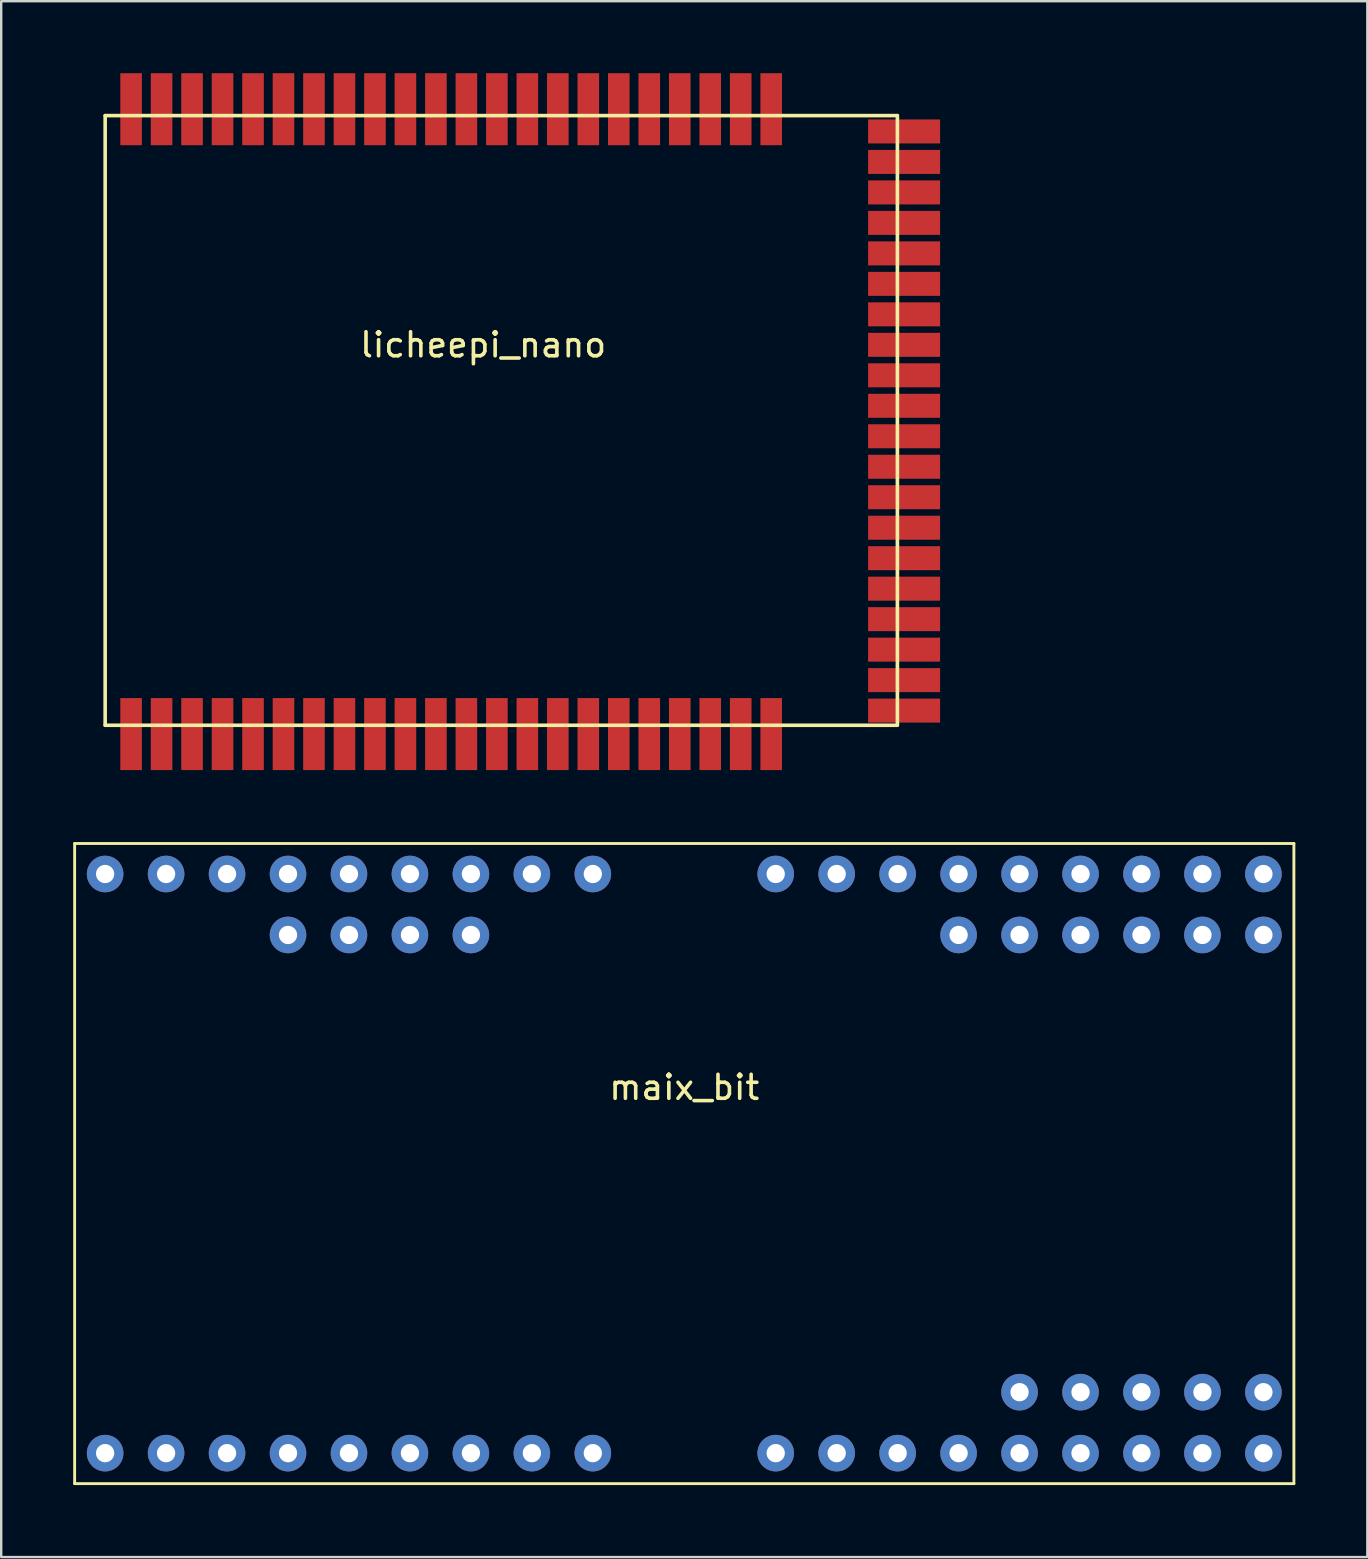
<source format=kicad_pcb>
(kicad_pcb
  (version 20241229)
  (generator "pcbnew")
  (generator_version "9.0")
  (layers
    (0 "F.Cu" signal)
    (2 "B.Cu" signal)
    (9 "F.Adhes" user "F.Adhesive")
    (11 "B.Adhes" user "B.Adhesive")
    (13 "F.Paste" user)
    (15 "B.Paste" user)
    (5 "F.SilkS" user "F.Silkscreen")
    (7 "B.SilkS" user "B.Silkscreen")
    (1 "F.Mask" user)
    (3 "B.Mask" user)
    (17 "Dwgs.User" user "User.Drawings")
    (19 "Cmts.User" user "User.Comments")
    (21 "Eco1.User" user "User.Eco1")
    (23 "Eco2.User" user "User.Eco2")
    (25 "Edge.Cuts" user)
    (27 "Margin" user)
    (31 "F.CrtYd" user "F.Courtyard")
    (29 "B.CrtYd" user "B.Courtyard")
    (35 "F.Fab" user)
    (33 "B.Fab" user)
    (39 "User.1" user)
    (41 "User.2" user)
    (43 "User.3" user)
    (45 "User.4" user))
  (footprint "licheepi_nano"
    (layer "F.Cu")
    (at 17.855 13.73)
    (property "Reference" "licheepi_nano" (at -0.775 -2.413 0) (layer "F.SilkS") (effects (font (size 1 1) (thickness 0.15))))
    (attr through_hole)
    (fp_line (start -17.78 -10.16) (end 13.97 -10.16) (stroke (width 0.15) (type solid)) (layer "B.Mask"))
    (fp_line (start -17.78 11.43) (end -17.78 -10.16) (stroke (width 0.15) (type solid)) (layer "B.Mask"))
    (fp_line (start 13.97 -10.16) (end 13.97 11.43) (stroke (width 0.15) (type solid)) (layer "B.Mask"))
    (fp_line (start 13.97 11.43) (end -17.78 11.43) (stroke (width 0.15) (type solid)) (layer "B.Mask"))
    (fp_line (start -16.523 -11.963) (end -16.523 13.437) (stroke (width 0.15) (type solid)) (layer "F.SilkS"))
    (fp_line (start -16.523 -11.963) (end 16.477 -11.963) (stroke (width 0.15) (type solid)) (layer "F.SilkS"))
    (fp_line (start -16.523 13.437) (end 16.477 13.437) (stroke (width 0.15) (type solid)) (layer "F.SilkS"))
    (fp_line (start 16.485 -11.963) (end 16.485 13.437) (stroke (width 0.15) (type solid)) (layer "F.SilkS"))
    (pad "1" smd rect (at -15.443 13.805) (size 0.9 3) (layers "F.Cu" "F.Mask" "F.Paste"))
    (pad "2" smd rect (at -14.173 13.805) (size 0.9 3) (layers "F.Cu" "F.Mask" "F.Paste"))
    (pad "3" smd rect (at -12.903 13.805) (size 0.9 3) (layers "F.Cu" "F.Mask" "F.Paste"))
    (pad "4" smd rect (at -11.633 13.805) (size 0.9 3) (layers "F.Cu" "F.Mask" "F.Paste"))
    (pad "5" smd rect (at -10.363 13.805) (size 0.9 3) (layers "F.Cu" "F.Mask" "F.Paste"))
    (pad "6" smd rect (at -9.093 13.805) (size 0.9 3) (layers "F.Cu" "F.Mask" "F.Paste"))
    (pad "7" smd rect (at -7.823 13.805) (size 0.9 3) (layers "F.Cu" "F.Mask" "F.Paste"))
    (pad "8" smd rect (at -6.553 13.805) (size 0.9 3) (layers "F.Cu" "F.Mask" "F.Paste"))
    (pad "9" smd rect (at -5.283 13.805) (size 0.9 3) (layers "F.Cu" "F.Mask" "F.Paste"))
    (pad "10" smd rect (at -4.013 13.805) (size 0.9 3) (layers "F.Cu" "F.Mask" "F.Paste"))
    (pad "11" smd rect (at -2.743 13.805) (size 0.9 3) (layers "F.Cu" "F.Mask" "F.Paste"))
    (pad "12" smd rect (at -1.473 13.805) (size 0.9 3) (layers "F.Cu" "F.Mask" "F.Paste"))
    (pad "13" smd rect (at -0.203 13.805) (size 0.9 3) (layers "F.Cu" "F.Mask" "F.Paste"))
    (pad "14" smd rect (at 1.067 13.805) (size 0.9 3) (layers "F.Cu" "F.Mask" "F.Paste"))
    (pad "15" smd rect (at 2.337 13.805) (size 0.9 3) (layers "F.Cu" "F.Mask" "F.Paste"))
    (pad "16" smd rect (at 3.607 13.805) (size 0.9 3) (layers "F.Cu" "F.Mask" "F.Paste"))
    (pad "17" smd rect (at 4.877 13.805) (size 0.9 3) (layers "F.Cu" "F.Mask" "F.Paste"))
    (pad "18" smd rect (at 6.147 13.805) (size 0.9 3) (layers "F.Cu" "F.Mask" "F.Paste"))
    (pad "19" smd rect (at 7.417 13.805) (size 0.9 3) (layers "F.Cu" "F.Mask" "F.Paste"))
    (pad "20" smd rect (at 8.687 13.805) (size 0.9 3) (layers "F.Cu" "F.Mask" "F.Paste"))
    (pad "21" smd rect (at 9.957 13.805) (size 0.9 3) (layers "F.Cu" "F.Mask" "F.Paste"))
    (pad "22" smd rect (at 11.227 13.805) (size 0.9 3) (layers "F.Cu" "F.Mask" "F.Paste"))
    (pad "23" smd rect (at 16.764 12.827) (size 3 1) (layers "F.Cu" "F.Mask" "F.Paste"))
    (pad "24" smd rect (at 16.764 11.557) (size 3 1) (layers "F.Cu" "F.Mask" "F.Paste"))
    (pad "25" smd rect (at 16.764 10.287) (size 3 1) (layers "F.Cu" "F.Mask" "F.Paste"))
    (pad "26" smd rect (at 16.764 9.017) (size 3 1) (layers "F.Cu" "F.Mask" "F.Paste"))
    (pad "27" smd rect (at 16.764 7.747) (size 3 1) (layers "F.Cu" "F.Mask" "F.Paste"))
    (pad "28" smd rect (at 16.764 6.477) (size 3 1) (layers "F.Cu" "F.Mask" "F.Paste"))
    (pad "29" smd rect (at 16.764 5.207) (size 3 1) (layers "F.Cu" "F.Mask" "F.Paste"))
    (pad "30" smd rect (at 16.764 3.937) (size 3 1) (layers "F.Cu" "F.Mask" "F.Paste"))
    (pad "31" smd rect (at 16.764 2.667) (size 3 1) (layers "F.Cu" "F.Mask" "F.Paste"))
    (pad "32" smd rect (at 16.764 1.397) (size 3 1) (layers "F.Cu" "F.Mask" "F.Paste"))
    (pad "33" smd rect (at 16.764 0.127) (size 3 1) (layers "F.Cu" "F.Mask" "F.Paste"))
    (pad "34" smd rect (at 16.764 -1.143) (size 3 1) (layers "F.Cu" "F.Mask" "F.Paste"))
    (pad "35" smd rect (at 16.764 -2.413) (size 3 1) (layers "F.Cu" "F.Mask" "F.Paste"))
    (pad "36" smd rect (at 16.764 -3.683) (size 3 1) (layers "F.Cu" "F.Mask" "F.Paste"))
    (pad "37" smd rect (at 16.764 -4.953) (size 3 1) (layers "F.Cu" "F.Mask" "F.Paste"))
    (pad "38" smd rect (at 16.764 -6.223) (size 3 1) (layers "F.Cu" "F.Mask" "F.Paste"))
    (pad "39" smd rect (at 16.764 -7.493) (size 3 1) (layers "F.Cu" "F.Mask" "F.Paste"))
    (pad "40" smd rect (at 16.764 -8.763) (size 3 1) (layers "F.Cu" "F.Mask" "F.Paste"))
    (pad "41" smd rect (at 16.764 -10.033) (size 3 1) (layers "F.Cu" "F.Mask" "F.Paste"))
    (pad "42" smd rect (at 16.764 -11.303) (size 3 1) (layers "F.Cu" "F.Mask" "F.Paste"))
    (pad "43" smd rect (at 11.227 -12.23) (size 0.9 3) (layers "F.Cu" "F.Mask" "F.Paste"))
    (pad "44" smd rect (at 9.957 -12.23) (size 0.9 3) (layers "F.Cu" "F.Mask" "F.Paste"))
    (pad "45" smd rect (at 8.687 -12.23) (size 0.9 3) (layers "F.Cu" "F.Mask" "F.Paste"))
    (pad "46" smd rect (at 7.417 -12.23) (size 0.9 3) (layers "F.Cu" "F.Mask" "F.Paste"))
    (pad "47" smd rect (at 6.147 -12.23) (size 0.9 3) (layers "F.Cu" "F.Mask" "F.Paste"))
    (pad "48" smd rect (at 4.877 -12.23) (size 0.9 3) (layers "F.Cu" "F.Mask" "F.Paste"))
    (pad "49" smd rect (at 3.607 -12.23) (size 0.9 3) (layers "F.Cu" "F.Mask" "F.Paste"))
    (pad "50" smd rect (at 2.337 -12.23) (size 0.9 3) (layers "F.Cu" "F.Mask" "F.Paste"))
    (pad "51" smd rect (at 1.067 -12.23) (size 0.9 3) (layers "F.Cu" "F.Mask" "F.Paste"))
    (pad "52" smd rect (at -0.203 -12.23) (size 0.9 3) (layers "F.Cu" "F.Mask" "F.Paste"))
    (pad "53" smd rect (at -1.473 -12.23) (size 0.9 3) (layers "F.Cu" "F.Mask" "F.Paste"))
    (pad "54" smd rect (at -2.743 -12.23) (size 0.9 3) (layers "F.Cu" "F.Mask" "F.Paste"))
    (pad "55" smd rect (at -4.013 -12.23) (size 0.9 3) (layers "F.Cu" "F.Mask" "F.Paste"))
    (pad "56" smd rect (at -5.283 -12.23) (size 0.9 3) (layers "F.Cu" "F.Mask" "F.Paste"))
    (pad "57" smd rect (at -6.553 -12.23) (size 0.9 3) (layers "F.Cu" "F.Mask" "F.Paste"))
    (pad "58" smd rect (at -7.823 -12.23) (size 0.9 3) (layers "F.Cu" "F.Mask" "F.Paste"))
    (pad "59" smd rect (at -9.093 -12.23) (size 0.9 3) (layers "F.Cu" "F.Mask" "F.Paste"))
    (pad "60" smd rect (at -10.363 -12.23) (size 0.9 3) (layers "F.Cu" "F.Mask" "F.Paste"))
    (pad "61" smd rect (at -11.633 -12.23) (size 0.9 3) (layers "F.Cu" "F.Mask" "F.Paste"))
    (pad "62" smd rect (at -12.903 -12.23) (size 0.9 3) (layers "F.Cu" "F.Mask" "F.Paste"))
    (pad "63" smd rect (at -14.173 -12.23) (size 0.9 3) (layers "F.Cu" "F.Mask" "F.Paste"))
    (pad "64" smd rect (at -15.443 -12.23) (size 0.9 3) (layers "F.Cu" "F.Mask" "F.Paste")))
  (footprint "maix_bit"
    (layer "F.Cu")
    (at 25.46 40.985)
    (property "Reference" "maix_bit" (at 0 1.27 0) (layer "F.SilkS") (effects (font (size 1 1) (thickness 0.15))))
    (attr through_hole)
    (fp_line (start -25.4 -8.89) (end -25.4 17.78) (stroke (width 0.12) (type solid)) (layer "F.SilkS"))
    (fp_line (start -25.4 -8.89) (end 25.4 -8.89) (stroke (width 0.12) (type solid)) (layer "F.SilkS"))
    (fp_line (start -25.4 17.78) (end 25.4 17.78) (stroke (width 0.12) (type solid)) (layer "F.SilkS"))
    (fp_line (start 25.4 17.78) (end 25.4 -8.89) (stroke (width 0.12) (type solid)) (layer "F.SilkS"))
    (pad "0" thru_hole circle (at 24.13 -7.62) (size 1.524 1.524) (drill 0.762) (layers "*.Cu" "*.Mask"))
    (pad "1" thru_hole circle (at 21.59 -7.62) (size 1.524 1.524) (drill 0.762) (layers "*.Cu" "*.Mask"))
    (pad "2" thru_hole circle (at 19.05 -7.62) (size 1.524 1.524) (drill 0.762) (layers "*.Cu" "*.Mask"))
    (pad "3" thru_hole circle (at 16.51 -7.62) (size 1.524 1.524) (drill 0.762) (layers "*.Cu" "*.Mask"))
    (pad "4" thru_hole circle (at 13.97 -7.62) (size 1.524 1.524) (drill 0.762) (layers "*.Cu" "*.Mask"))
    (pad "5" thru_hole circle (at 11.43 -7.62) (size 1.524 1.524) (drill 0.762) (layers "*.Cu" "*.Mask"))
    (pad "6" thru_hole circle (at 8.89 -7.62) (size 1.524 1.524) (drill 0.762) (layers "*.Cu" "*.Mask"))
    (pad "7" thru_hole circle (at 6.35 -7.62) (size 1.524 1.524) (drill 0.762) (layers "*.Cu" "*.Mask"))
    (pad "8" thru_hole circle (at 3.81 -7.62) (size 1.524 1.524) (drill 0.762) (layers "*.Cu" "*.Mask"))
    (pad "9" thru_hole circle (at -3.81 -7.62) (size 1.524 1.524) (drill 0.762) (layers "*.Cu" "*.Mask"))
    (pad "10" thru_hole circle (at -6.35 -7.62) (size 1.524 1.524) (drill 0.762) (layers "*.Cu" "*.Mask"))
    (pad "11" thru_hole circle (at -8.89 -5.08) (size 1.524 1.524) (drill 0.762) (layers "*.Cu" "*.Mask"))
    (pad "12" thru_hole circle (at -11.43 -5.08) (size 1.524 1.524) (drill 0.762) (layers "*.Cu" "*.Mask"))
    (pad "13" thru_hole circle (at -13.97 -5.08) (size 1.524 1.524) (drill 0.762) (layers "*.Cu" "*.Mask"))
    (pad "14" thru_hole circle (at -16.51 -5.08) (size 1.524 1.524) (drill 0.762) (layers "*.Cu" "*.Mask"))
    (pad "15" thru_hole circle (at -8.89 -7.62) (size 1.524 1.524) (drill 0.762) (layers "*.Cu" "*.Mask"))
    (pad "16" thru_hole circle (at -11.43 -7.62) (size 1.524 1.524) (drill 0.762) (layers "*.Cu" "*.Mask"))
    (pad "17" thru_hole circle (at -13.97 -7.62) (size 1.524 1.524) (drill 0.762) (layers "*.Cu" "*.Mask"))
    (pad "18" thru_hole circle (at -16.51 -7.62) (size 1.524 1.524) (drill 0.762) (layers "*.Cu" "*.Mask"))
    (pad "19" thru_hole circle (at -19.05 -7.62) (size 1.524 1.524) (drill 0.762) (layers "*.Cu" "*.Mask"))
    (pad "20" thru_hole circle (at -21.59 -7.62) (size 1.524 1.524) (drill 0.762) (layers "*.Cu" "*.Mask"))
    (pad "21" thru_hole circle (at -24.13 -7.62) (size 1.524 1.524) (drill 0.762) (layers "*.Cu" "*.Mask"))
    (pad "22" thru_hole circle (at -24.13 16.51) (size 1.524 1.524) (drill 0.762) (layers "*.Cu" "*.Mask"))
    (pad "23" thru_hole circle (at -21.59 16.51) (size 1.524 1.524) (drill 0.762) (layers "*.Cu" "*.Mask"))
    (pad "24" thru_hole circle (at -19.05 16.51) (size 1.524 1.524) (drill 0.762) (layers "*.Cu" "*.Mask"))
    (pad "25" thru_hole circle (at -16.51 16.51) (size 1.524 1.524) (drill 0.762) (layers "*.Cu" "*.Mask"))
    (pad "26" thru_hole circle (at -3.81 16.51) (size 1.524 1.524) (drill 0.762) (layers "*.Cu" "*.Mask"))
    (pad "27" thru_hole circle (at 3.81 16.51) (size 1.524 1.524) (drill 0.762) (layers "*.Cu" "*.Mask"))
    (pad "28" thru_hole circle (at 6.35 16.51) (size 1.524 1.524) (drill 0.762) (layers "*.Cu" "*.Mask"))
    (pad "29" thru_hole circle (at 8.89 16.51) (size 1.524 1.524) (drill 0.762) (layers "*.Cu" "*.Mask"))
    (pad "30" thru_hole circle (at 11.43 16.51) (size 1.524 1.524) (drill 0.762) (layers "*.Cu" "*.Mask"))
    (pad "31" thru_hole circle (at 13.97 16.51) (size 1.524 1.524) (drill 0.762) (layers "*.Cu" "*.Mask"))
    (pad "32" thru_hole circle (at 16.51 16.51) (size 1.524 1.524) (drill 0.762) (layers "*.Cu" "*.Mask"))
    (pad "33" thru_hole circle (at 19.05 16.51) (size 1.524 1.524) (drill 0.762) (layers "*.Cu" "*.Mask"))
    (pad "34" thru_hole circle (at 21.59 16.51) (size 1.524 1.524) (drill 0.762) (layers "*.Cu" "*.Mask"))
    (pad "35" thru_hole circle (at 24.13 16.51) (size 1.524 1.524) (drill 0.762) (layers "*.Cu" "*.Mask"))
    (pad "36" thru_hole circle (at -13.97 16.51) (size 1.524 1.524) (drill 0.762) (layers "*.Cu" "*.Mask"))
    (pad "37" thru_hole circle (at -11.43 16.51) (size 1.524 1.524) (drill 0.762) (layers "*.Cu" "*.Mask"))
    (pad "38" thru_hole circle (at -8.89 16.51) (size 1.524 1.524) (drill 0.762) (layers "*.Cu" "*.Mask"))
    (pad "39" thru_hole circle (at -6.35 16.51) (size 1.524 1.524) (drill 0.762) (layers "*.Cu" "*.Mask"))
    (pad "40" thru_hole circle (at 24.13 -5.08) (size 1.524 1.524) (drill 0.762) (layers "*.Cu" "*.Mask"))
    (pad "41" thru_hole circle (at 21.59 -5.08) (size 1.524 1.524) (drill 0.762) (layers "*.Cu" "*.Mask"))
    (pad "42" thru_hole circle (at 19.05 -5.08) (size 1.524 1.524) (drill 0.762) (layers "*.Cu" "*.Mask"))
    (pad "43" thru_hole circle (at 16.51 -5.08) (size 1.524 1.524) (drill 0.762) (layers "*.Cu" "*.Mask"))
    (pad "44" thru_hole circle (at 13.97 -5.08) (size 1.524 1.524) (drill 0.762) (layers "*.Cu" "*.Mask"))
    (pad "45" thru_hole circle (at 11.43 -5.08) (size 1.524 1.524) (drill 0.762) (layers "*.Cu" "*.Mask"))
    (pad "46" thru_hole circle (at 24.13 13.97) (size 1.524 1.524) (drill 0.762) (layers "*.Cu" "*.Mask"))
    (pad "47" thru_hole circle (at 21.59 13.97) (size 1.524 1.524) (drill 0.762) (layers "*.Cu" "*.Mask"))
    (pad "48" thru_hole circle (at 19.05 13.97) (size 1.524 1.524) (drill 0.762) (layers "*.Cu" "*.Mask"))
    (pad "49" thru_hole circle (at 16.51 13.97) (size 1.524 1.524) (drill 0.762) (layers "*.Cu" "*.Mask"))
    (pad "50" thru_hole circle (at 13.97 13.97) (size 1.524 1.524) (drill 0.762) (layers "*.Cu" "*.Mask")))
  (gr_rect
    (start -3 -3)
    (end 53.92 61.825)
    (stroke (width 0.1) (type default))
    (fill no)
    (layer "Edge.Cuts")))
</source>
